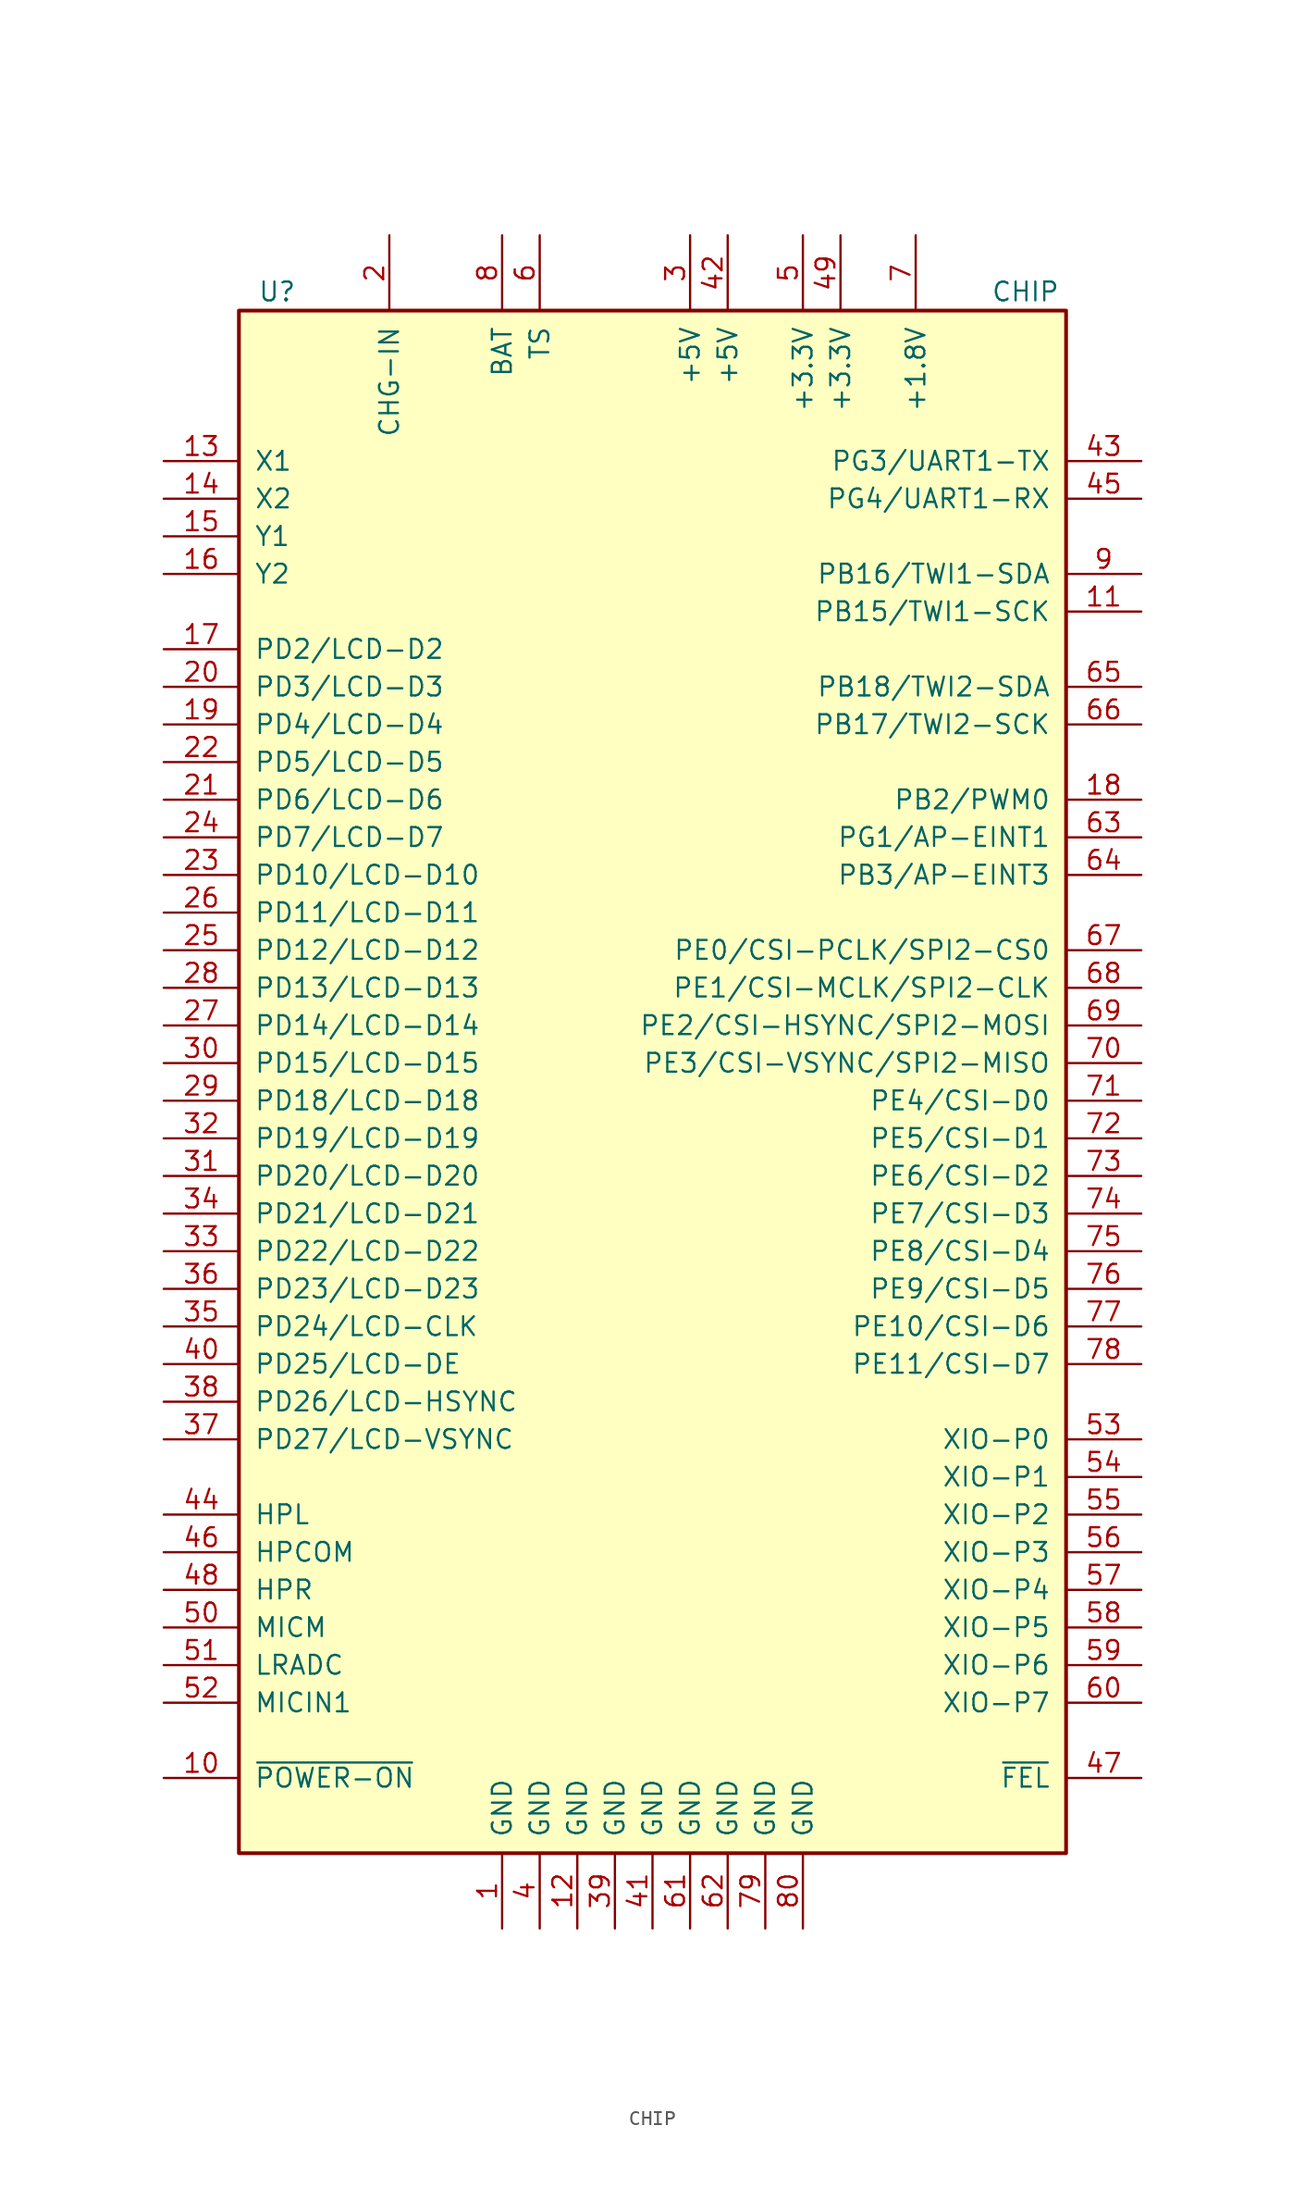
<source format=kicad_sym>
(kicad_symbol_lib
  (version 20211014)
  (generator kicad_symbol_editor)
  (symbol "CHIP"
    (pin_names
      (offset 1.016))
    (property "Reference" "U"
      (at -26.67 49.53 0)
      (effects (font (size 1.27 1.27)) (justify left)))
    (property "Value" "CHIP"
      (at 22.86 49.53 0)
      (effects (font (size 1.27 1.27)) (justify left)))
    (symbol "CHIP_0_1"
      (rectangle (start -27.94 48.26) (end 27.94 -55.88) (stroke (width 0.254) (type default) (color 0 0 0 0)) (fill (type background))))
    (symbol "CHIP_1_1"
      (pin power_in line (at -10.16 -60.96 90) (length 5.08) (name "GND" (effects (font (size 1.27 1.27)))) (number "1" (effects (font (size 1.27 1.27)))))
      (pin input line (at -33.02 -50.8 0) (length 5.08) (name "~{POWER-ON}" (effects (font (size 1.27 1.27)))) (number "10" (effects (font (size 1.27 1.27)))))
      (pin bidirectional line (at 33.02 27.94 180) (length 5.08) (name "PB15/TWI1-SCK" (effects (font (size 1.27 1.27)))) (number "11" (effects (font (size 1.27 1.27)))))
      (pin power_in line (at -5.08 -60.96 90) (length 5.08) (name "GND" (effects (font (size 1.27 1.27)))) (number "12" (effects (font (size 1.27 1.27)))))
      (pin input line (at -33.02 38.1 0) (length 5.08) (name "X1" (effects (font (size 1.27 1.27)))) (number "13" (effects (font (size 1.27 1.27)))))
      (pin input line (at -33.02 35.56 0) (length 5.08) (name "X2" (effects (font (size 1.27 1.27)))) (number "14" (effects (font (size 1.27 1.27)))))
      (pin input line (at -33.02 33.02 0) (length 5.08) (name "Y1" (effects (font (size 1.27 1.27)))) (number "15" (effects (font (size 1.27 1.27)))))
      (pin input line (at -33.02 30.48 0) (length 5.08) (name "Y2" (effects (font (size 1.27 1.27)))) (number "16" (effects (font (size 1.27 1.27)))))
      (pin bidirectional line (at -33.02 25.4 0) (length 5.08) (name "PD2/LCD-D2" (effects (font (size 1.27 1.27)))) (number "17" (effects (font (size 1.27 1.27)))))
      (pin bidirectional line (at 33.02 15.24 180) (length 5.08) (name "PB2/PWM0" (effects (font (size 1.27 1.27)))) (number "18" (effects (font (size 1.27 1.27)))))
      (pin bidirectional line (at -33.02 20.32 0) (length 5.08) (name "PD4/LCD-D4" (effects (font (size 1.27 1.27)))) (number "19" (effects (font (size 1.27 1.27)))))
      (pin power_in line (at -17.78 53.34 270) (length 5.08) (name "CHG-IN" (effects (font (size 1.27 1.27)))) (number "2" (effects (font (size 1.27 1.27)))))
      (pin bidirectional line (at -33.02 22.86 0) (length 5.08) (name "PD3/LCD-D3" (effects (font (size 1.27 1.27)))) (number "20" (effects (font (size 1.27 1.27)))))
      (pin bidirectional line (at -33.02 15.24 0) (length 5.08) (name "PD6/LCD-D6" (effects (font (size 1.27 1.27)))) (number "21" (effects (font (size 1.27 1.27)))))
      (pin bidirectional line (at -33.02 17.78 0) (length 5.08) (name "PD5/LCD-D5" (effects (font (size 1.27 1.27)))) (number "22" (effects (font (size 1.27 1.27)))))
      (pin bidirectional line (at -33.02 10.16 0) (length 5.08) (name "PD10/LCD-D10" (effects (font (size 1.27 1.27)))) (number "23" (effects (font (size 1.27 1.27)))))
      (pin bidirectional line (at -33.02 12.7 0) (length 5.08) (name "PD7/LCD-D7" (effects (font (size 1.27 1.27)))) (number "24" (effects (font (size 1.27 1.27)))))
      (pin bidirectional line (at -33.02 5.08 0) (length 5.08) (name "PD12/LCD-D12" (effects (font (size 1.27 1.27)))) (number "25" (effects (font (size 1.27 1.27)))))
      (pin bidirectional line (at -33.02 7.62 0) (length 5.08) (name "PD11/LCD-D11" (effects (font (size 1.27 1.27)))) (number "26" (effects (font (size 1.27 1.27)))))
      (pin bidirectional line (at -33.02 0 0) (length 5.08) (name "PD14/LCD-D14" (effects (font (size 1.27 1.27)))) (number "27" (effects (font (size 1.27 1.27)))))
      (pin bidirectional line (at -33.02 2.54 0) (length 5.08) (name "PD13/LCD-D13" (effects (font (size 1.27 1.27)))) (number "28" (effects (font (size 1.27 1.27)))))
      (pin bidirectional line (at -33.02 -5.08 0) (length 5.08) (name "PD18/LCD-D18" (effects (font (size 1.27 1.27)))) (number "29" (effects (font (size 1.27 1.27)))))
      (pin power_out line (at 2.54 53.34 270) (length 5.08) (name "+5V" (effects (font (size 1.27 1.27)))) (number "3" (effects (font (size 1.27 1.27)))))
      (pin bidirectional line (at -33.02 -2.54 0) (length 5.08) (name "PD15/LCD-D15" (effects (font (size 1.27 1.27)))) (number "30" (effects (font (size 1.27 1.27)))))
      (pin bidirectional line (at -33.02 -10.16 0) (length 5.08) (name "PD20/LCD-D20" (effects (font (size 1.27 1.27)))) (number "31" (effects (font (size 1.27 1.27)))))
      (pin bidirectional line (at -33.02 -7.62 0) (length 5.08) (name "PD19/LCD-D19" (effects (font (size 1.27 1.27)))) (number "32" (effects (font (size 1.27 1.27)))))
      (pin bidirectional line (at -33.02 -15.24 0) (length 5.08) (name "PD22/LCD-D22" (effects (font (size 1.27 1.27)))) (number "33" (effects (font (size 1.27 1.27)))))
      (pin bidirectional line (at -33.02 -12.7 0) (length 5.08) (name "PD21/LCD-D21" (effects (font (size 1.27 1.27)))) (number "34" (effects (font (size 1.27 1.27)))))
      (pin bidirectional line (at -33.02 -20.32 0) (length 5.08) (name "PD24/LCD-CLK" (effects (font (size 1.27 1.27)))) (number "35" (effects (font (size 1.27 1.27)))))
      (pin bidirectional line (at -33.02 -17.78 0) (length 5.08) (name "PD23/LCD-D23" (effects (font (size 1.27 1.27)))) (number "36" (effects (font (size 1.27 1.27)))))
      (pin bidirectional line (at -33.02 -27.94 0) (length 5.08) (name "PD27/LCD-VSYNC" (effects (font (size 1.27 1.27)))) (number "37" (effects (font (size 1.27 1.27)))))
      (pin bidirectional line (at -33.02 -25.4 0) (length 5.08) (name "PD26/LCD-HSYNC" (effects (font (size 1.27 1.27)))) (number "38" (effects (font (size 1.27 1.27)))))
      (pin power_in line (at -2.54 -60.96 90) (length 5.08) (name "GND" (effects (font (size 1.27 1.27)))) (number "39" (effects (font (size 1.27 1.27)))))
      (pin power_in line (at -7.62 -60.96 90) (length 5.08) (name "GND" (effects (font (size 1.27 1.27)))) (number "4" (effects (font (size 1.27 1.27)))))
      (pin bidirectional line (at -33.02 -22.86 0) (length 5.08) (name "PD25/LCD-DE" (effects (font (size 1.27 1.27)))) (number "40" (effects (font (size 1.27 1.27)))))
      (pin power_in line (at 0 -60.96 90) (length 5.08) (name "GND" (effects (font (size 1.27 1.27)))) (number "41" (effects (font (size 1.27 1.27)))))
      (pin power_out line (at 5.08 53.34 270) (length 5.08) (name "+5V" (effects (font (size 1.27 1.27)))) (number "42" (effects (font (size 1.27 1.27)))))
      (pin bidirectional line (at 33.02 38.1 180) (length 5.08) (name "PG3/UART1-TX" (effects (font (size 1.27 1.27)))) (number "43" (effects (font (size 1.27 1.27)))))
      (pin output line (at -33.02 -33.02 0) (length 5.08) (name "HPL" (effects (font (size 1.27 1.27)))) (number "44" (effects (font (size 1.27 1.27)))))
      (pin input line (at 33.02 35.56 180) (length 5.08) (name "PG4/UART1-RX" (effects (font (size 1.27 1.27)))) (number "45" (effects (font (size 1.27 1.27)))))
      (pin output line (at -33.02 -35.56 0) (length 5.08) (name "HPCOM" (effects (font (size 1.27 1.27)))) (number "46" (effects (font (size 1.27 1.27)))))
      (pin input line (at 33.02 -50.8 180) (length 5.08) (name "~{FEL}" (effects (font (size 1.27 1.27)))) (number "47" (effects (font (size 1.27 1.27)))))
      (pin output line (at -33.02 -38.1 0) (length 5.08) (name "HPR" (effects (font (size 1.27 1.27)))) (number "48" (effects (font (size 1.27 1.27)))))
      (pin power_out line (at 12.7 53.34 270) (length 5.08) (name "+3.3V" (effects (font (size 1.27 1.27)))) (number "49" (effects (font (size 1.27 1.27)))))
      (pin power_out line (at 10.16 53.34 270) (length 5.08) (name "+3.3V" (effects (font (size 1.27 1.27)))) (number "5" (effects (font (size 1.27 1.27)))))
      (pin power_out line (at -33.02 -40.64 0) (length 5.08) (name "MICM" (effects (font (size 1.27 1.27)))) (number "50" (effects (font (size 1.27 1.27)))))
      (pin power_out line (at -33.02 -43.18 0) (length 5.08) (name "LRADC" (effects (font (size 1.27 1.27)))) (number "51" (effects (font (size 1.27 1.27)))))
      (pin input line (at -33.02 -45.72 0) (length 5.08) (name "MICIN1" (effects (font (size 1.27 1.27)))) (number "52" (effects (font (size 1.27 1.27)))))
      (pin bidirectional line (at 33.02 -27.94 180) (length 5.08) (name "XIO-P0" (effects (font (size 1.27 1.27)))) (number "53" (effects (font (size 1.27 1.27)))))
      (pin bidirectional line (at 33.02 -30.48 180) (length 5.08) (name "XIO-P1" (effects (font (size 1.27 1.27)))) (number "54" (effects (font (size 1.27 1.27)))))
      (pin bidirectional line (at 33.02 -33.02 180) (length 5.08) (name "XIO-P2" (effects (font (size 1.27 1.27)))) (number "55" (effects (font (size 1.27 1.27)))))
      (pin bidirectional line (at 33.02 -35.56 180) (length 5.08) (name "XIO-P3" (effects (font (size 1.27 1.27)))) (number "56" (effects (font (size 1.27 1.27)))))
      (pin bidirectional line (at 33.02 -38.1 180) (length 5.08) (name "XIO-P4" (effects (font (size 1.27 1.27)))) (number "57" (effects (font (size 1.27 1.27)))))
      (pin bidirectional line (at 33.02 -40.64 180) (length 5.08) (name "XIO-P5" (effects (font (size 1.27 1.27)))) (number "58" (effects (font (size 1.27 1.27)))))
      (pin bidirectional line (at 33.02 -43.18 180) (length 5.08) (name "XIO-P6" (effects (font (size 1.27 1.27)))) (number "59" (effects (font (size 1.27 1.27)))))
      (pin input line (at -7.62 53.34 270) (length 5.08) (name "TS" (effects (font (size 1.27 1.27)))) (number "6" (effects (font (size 1.27 1.27)))))
      (pin bidirectional line (at 33.02 -45.72 180) (length 5.08) (name "XIO-P7" (effects (font (size 1.27 1.27)))) (number "60" (effects (font (size 1.27 1.27)))))
      (pin power_in line (at 2.54 -60.96 90) (length 5.08) (name "GND" (effects (font (size 1.27 1.27)))) (number "61" (effects (font (size 1.27 1.27)))))
      (pin power_in line (at 5.08 -60.96 90) (length 5.08) (name "GND" (effects (font (size 1.27 1.27)))) (number "62" (effects (font (size 1.27 1.27)))))
      (pin bidirectional line (at 33.02 12.7 180) (length 5.08) (name "PG1/AP-EINT1" (effects (font (size 1.27 1.27)))) (number "63" (effects (font (size 1.27 1.27)))))
      (pin bidirectional line (at 33.02 10.16 180) (length 5.08) (name "PB3/AP-EINT3" (effects (font (size 1.27 1.27)))) (number "64" (effects (font (size 1.27 1.27)))))
      (pin bidirectional line (at 33.02 22.86 180) (length 5.08) (name "PB18/TWI2-SDA" (effects (font (size 1.27 1.27)))) (number "65" (effects (font (size 1.27 1.27)))))
      (pin bidirectional line (at 33.02 20.32 180) (length 5.08) (name "PB17/TWI2-SCK" (effects (font (size 1.27 1.27)))) (number "66" (effects (font (size 1.27 1.27)))))
      (pin bidirectional line (at 33.02 5.08 180) (length 5.08) (name "PE0/CSI-PCLK/SPI2-CS0" (effects (font (size 1.27 1.27)))) (number "67" (effects (font (size 1.27 1.27)))))
      (pin bidirectional line (at 33.02 2.54 180) (length 5.08) (name "PE1/CSI-MCLK/SPI2-CLK" (effects (font (size 1.27 1.27)))) (number "68" (effects (font (size 1.27 1.27)))))
      (pin bidirectional line (at 33.02 0 180) (length 5.08) (name "PE2/CSI-HSYNC/SPI2-MOSI" (effects (font (size 1.27 1.27)))) (number "69" (effects (font (size 1.27 1.27)))))
      (pin power_out line (at 17.78 53.34 270) (length 5.08) (name "+1.8V" (effects (font (size 1.27 1.27)))) (number "7" (effects (font (size 1.27 1.27)))))
      (pin bidirectional line (at 33.02 -2.54 180) (length 5.08) (name "PE3/CSI-VSYNC/SPI2-MISO" (effects (font (size 1.27 1.27)))) (number "70" (effects (font (size 1.27 1.27)))))
      (pin bidirectional line (at 33.02 -5.08 180) (length 5.08) (name "PE4/CSI-D0" (effects (font (size 1.27 1.27)))) (number "71" (effects (font (size 1.27 1.27)))))
      (pin bidirectional line (at 33.02 -7.62 180) (length 5.08) (name "PE5/CSI-D1" (effects (font (size 1.27 1.27)))) (number "72" (effects (font (size 1.27 1.27)))))
      (pin bidirectional line (at 33.02 -10.16 180) (length 5.08) (name "PE6/CSI-D2" (effects (font (size 1.27 1.27)))) (number "73" (effects (font (size 1.27 1.27)))))
      (pin bidirectional line (at 33.02 -12.7 180) (length 5.08) (name "PE7/CSI-D3" (effects (font (size 1.27 1.27)))) (number "74" (effects (font (size 1.27 1.27)))))
      (pin bidirectional line (at 33.02 -15.24 180) (length 5.08) (name "PE8/CSI-D4" (effects (font (size 1.27 1.27)))) (number "75" (effects (font (size 1.27 1.27)))))
      (pin bidirectional line (at 33.02 -17.78 180) (length 5.08) (name "PE9/CSI-D5" (effects (font (size 1.27 1.27)))) (number "76" (effects (font (size 1.27 1.27)))))
      (pin bidirectional line (at 33.02 -20.32 180) (length 5.08) (name "PE10/CSI-D6" (effects (font (size 1.27 1.27)))) (number "77" (effects (font (size 1.27 1.27)))))
      (pin bidirectional line (at 33.02 -22.86 180) (length 5.08) (name "PE11/CSI-D7" (effects (font (size 1.27 1.27)))) (number "78" (effects (font (size 1.27 1.27)))))
      (pin power_in line (at 7.62 -60.96 90) (length 5.08) (name "GND" (effects (font (size 1.27 1.27)))) (number "79" (effects (font (size 1.27 1.27)))))
      (pin power_in line (at -10.16 53.34 270) (length 5.08) (name "BAT" (effects (font (size 1.27 1.27)))) (number "8" (effects (font (size 1.27 1.27)))))
      (pin power_in line (at 10.16 -60.96 90) (length 5.08) (name "GND" (effects (font (size 1.27 1.27)))) (number "80" (effects (font (size 1.27 1.27)))))
      (pin bidirectional line (at 33.02 30.48 180) (length 5.08) (name "PB16/TWI1-SDA" (effects (font (size 1.27 1.27)))) (number "9" (effects (font (size 1.27 1.27))))))))
</source>
